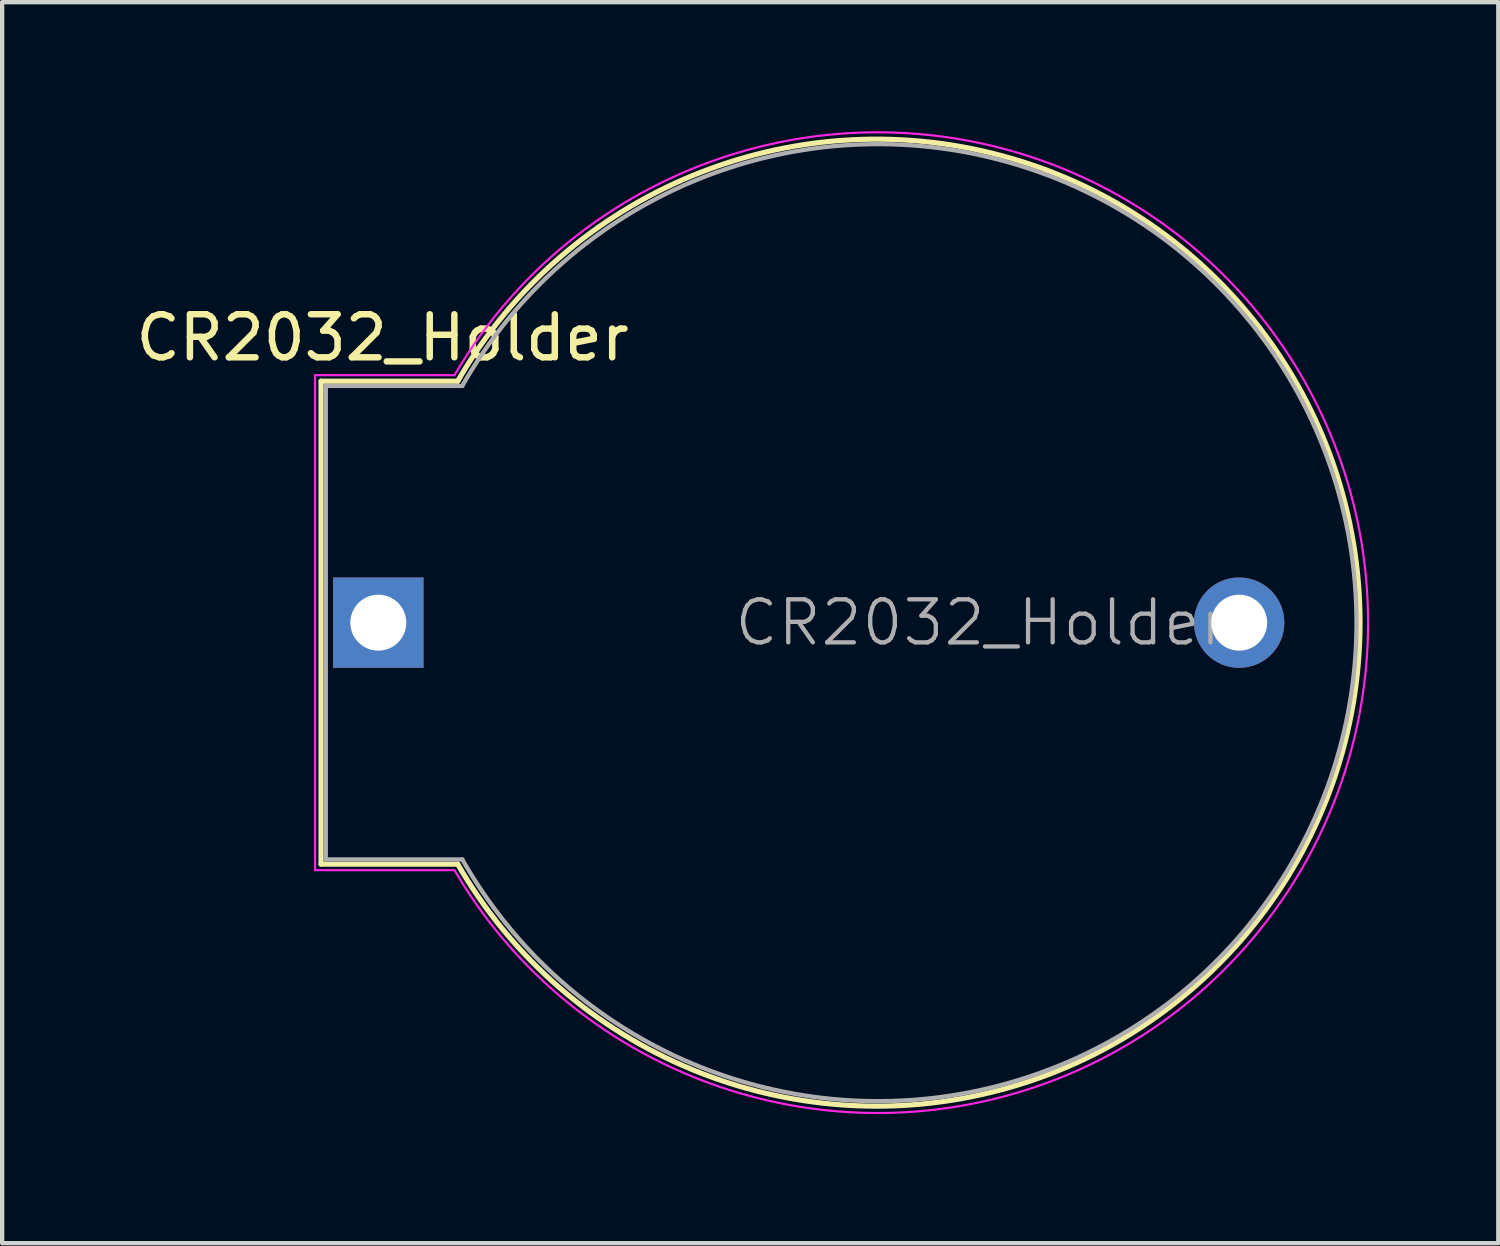
<source format=kicad_pcb>
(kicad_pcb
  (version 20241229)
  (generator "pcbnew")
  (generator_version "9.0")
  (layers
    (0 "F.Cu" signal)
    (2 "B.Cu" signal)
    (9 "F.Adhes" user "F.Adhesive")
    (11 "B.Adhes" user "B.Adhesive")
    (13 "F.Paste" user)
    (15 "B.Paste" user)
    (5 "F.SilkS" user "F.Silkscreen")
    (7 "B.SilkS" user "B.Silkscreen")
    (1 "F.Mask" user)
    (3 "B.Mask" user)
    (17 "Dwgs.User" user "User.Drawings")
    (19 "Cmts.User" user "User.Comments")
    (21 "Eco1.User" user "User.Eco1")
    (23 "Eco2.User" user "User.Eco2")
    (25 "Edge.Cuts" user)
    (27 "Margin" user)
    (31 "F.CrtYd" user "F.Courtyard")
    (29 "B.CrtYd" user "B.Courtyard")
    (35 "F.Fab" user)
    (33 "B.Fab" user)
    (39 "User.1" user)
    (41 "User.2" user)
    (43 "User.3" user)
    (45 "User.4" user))
  (footprint "CR2032_Holder"
    (layer "F.Cu")
    (at 5.739 11.416)
    (property "Reference" "CR2032_Holder" (at 0.1 -6.62 0) (layer "F.SilkS") (effects (font (size 1 1) (thickness 0.15))))
    (attr through_hole)
    (fp_line (start -1.33 -5.61) (end 1.845 -5.61) (stroke (width 0.12) (type solid)) (layer "F.SilkS"))
    (fp_line (start -1.33 5.61) (end -1.33 -5.61) (stroke (width 0.12) (type solid)) (layer "F.SilkS"))
    (fp_line (start 1.845 5.61) (end -1.33 5.61) (stroke (width 0.12) (type solid)) (layer "F.SilkS"))
    (fp_arc (start 1.845 -5.61) (mid 22.807151 0) (end 1.845 5.61) (stroke (width 0.12) (type solid)) (layer "F.SilkS"))
    (fp_line (start -1.47 -5.75) (end 1.77 -5.75) (stroke (width 0.05) (type solid)) (layer "F.CrtYd"))
    (fp_line (start -1.47 5.75) (end -1.47 -5.75) (stroke (width 0.05) (type solid)) (layer "F.CrtYd"))
    (fp_line (start 1.77 5.75) (end -1.47 5.75) (stroke (width 0.05) (type solid)) (layer "F.CrtYd"))
    (fp_arc (start 1.77 -5.75) (mid 22.994669 0) (end 1.77 5.75) (stroke (width 0.05) (type solid)) (layer "F.CrtYd"))
    (fp_line (start -1.22 -5.5) (end 1.95 -5.5) (stroke (width 0.1) (type solid)) (layer "F.Fab"))
    (fp_line (start -1.22 5.5) (end -1.22 -5.5) (stroke (width 0.1) (type solid)) (layer "F.Fab"))
    (fp_line (start 1.95 5.5) (end -1.22 5.5) (stroke (width 0.1) (type solid)) (layer "F.Fab"))
    (fp_arc (start 1.95 -5.5) (mid 22.726788 0) (end 1.95 5.5) (stroke (width 0.1) (type solid)) (layer "F.Fab"))
    (fp_text user "${REFERENCE}" (at 14 0 0) (layer "F.Fab") (effects (font (size 1 1) (thickness 0.1))))
    (pad "1" thru_hole rect (at 0 0 270) (size 2.1 2.1) (drill 1.3) (layers "*.Cu" "*.Mask"))
    (pad "2" thru_hole circle (at 20 0 270) (size 2.1 2.1) (drill 1.3) (layers "*.Cu" "*.Mask")))
  (gr_rect
    (start -3 -3)
    (end 31.759 25.832)
    (stroke (width 0.1) (type default))
    (fill no)
    (layer "Edge.Cuts")))
</source>
